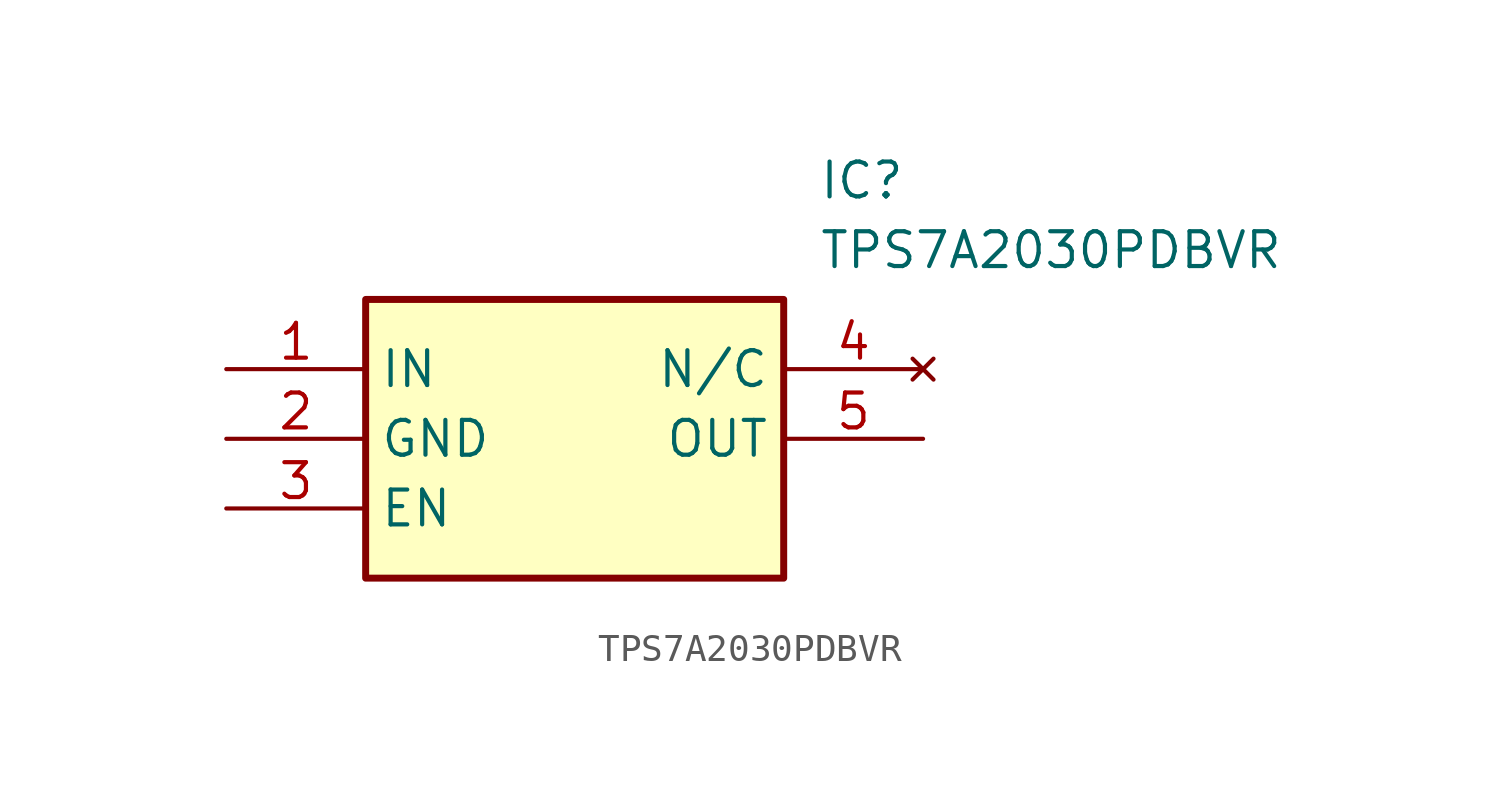
<source format=kicad_sym>
(kicad_symbol_lib
  (version 20241209)
  (generator "kicad_symbol_editor")
  (generator_version "9.0")
  (symbol "TPS7A2030PDBVR"
    (property "Reference" "IC"
      (at 21.59 7.62 0)
      (effects (font (size 1.27 1.27)) (justify left top)))
    (property "Value" "TPS7A2030PDBVR"
      (at 21.59 5.08 0)
      (effects (font (size 1.27 1.27)) (justify left top)))
    (symbol "TPS7A2030PDBVR_1_1"
      (rectangle (start 5.08 2.54) (end 20.32 -7.62) (stroke (width 0.254) (type default)) (fill (type background)))
      (pin passive line (at 0 0 0) (length 5.08) (name "IN" (effects (font (size 1.27 1.27)))) (number "1" (effects (font (size 1.27 1.27)))))
      (pin passive line (at 0 -2.54 0) (length 5.08) (name "GND" (effects (font (size 1.27 1.27)))) (number "2" (effects (font (size 1.27 1.27)))))
      (pin passive line (at 0 -5.08 0) (length 5.08) (name "EN" (effects (font (size 1.27 1.27)))) (number "3" (effects (font (size 1.27 1.27)))))
      (pin no_connect line (at 25.4 0 180) (length 5.08) (name "N/C" (effects (font (size 1.27 1.27)))) (number "4" (effects (font (size 1.27 1.27)))))
      (pin passive line (at 25.4 -2.54 180) (length 5.08) (name "OUT" (effects (font (size 1.27 1.27)))) (number "5" (effects (font (size 1.27 1.27))))))))
</source>
